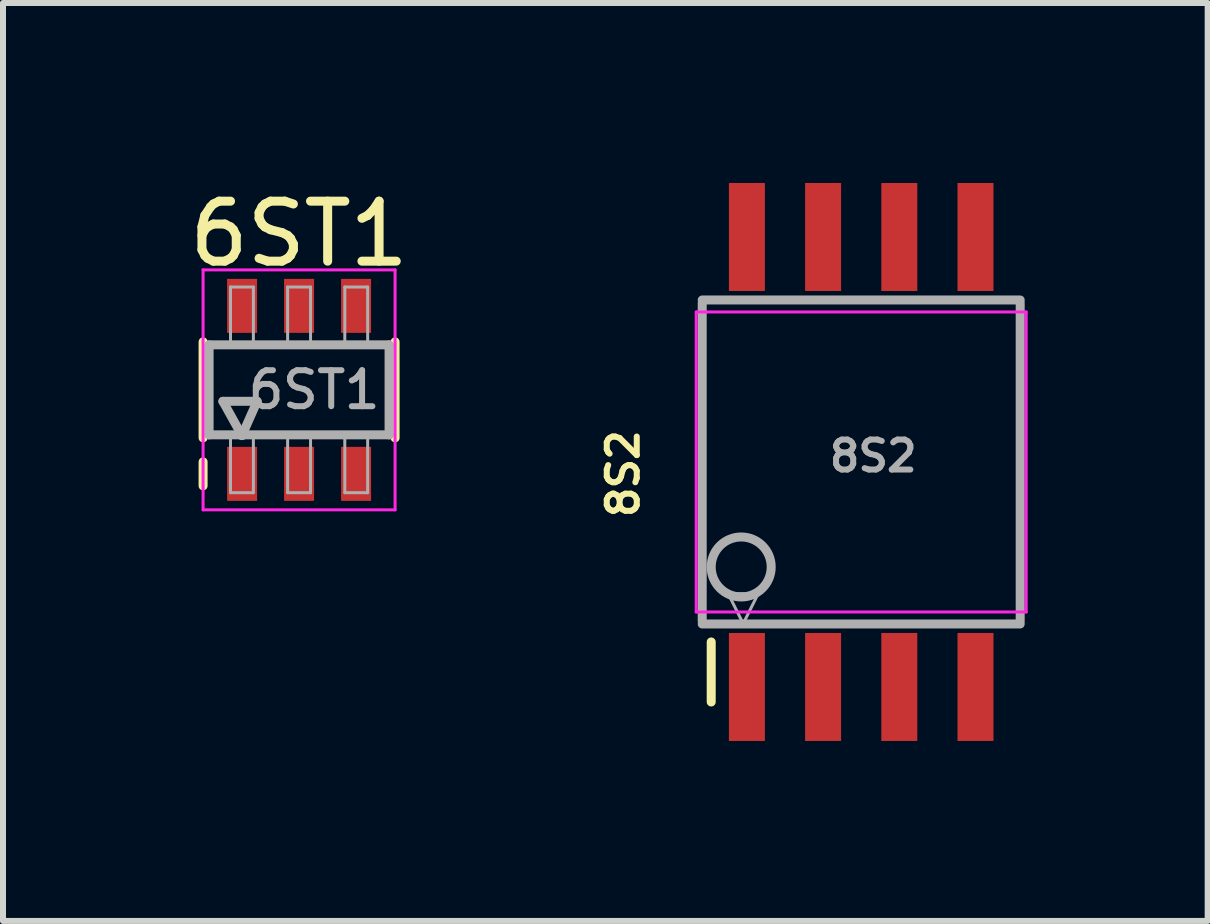
<source format=kicad_pcb>
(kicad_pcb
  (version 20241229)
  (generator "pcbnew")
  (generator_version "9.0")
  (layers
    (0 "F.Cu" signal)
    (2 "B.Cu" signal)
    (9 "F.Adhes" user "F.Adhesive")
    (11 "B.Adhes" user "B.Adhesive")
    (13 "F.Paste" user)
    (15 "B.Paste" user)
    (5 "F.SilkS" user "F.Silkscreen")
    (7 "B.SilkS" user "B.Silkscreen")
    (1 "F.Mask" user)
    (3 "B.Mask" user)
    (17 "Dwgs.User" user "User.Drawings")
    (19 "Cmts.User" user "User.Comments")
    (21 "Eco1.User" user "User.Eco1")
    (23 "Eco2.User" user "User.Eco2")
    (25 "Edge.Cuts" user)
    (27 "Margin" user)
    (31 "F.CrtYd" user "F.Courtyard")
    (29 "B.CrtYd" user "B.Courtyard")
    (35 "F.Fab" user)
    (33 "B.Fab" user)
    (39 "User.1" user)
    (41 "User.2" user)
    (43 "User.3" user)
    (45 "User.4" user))
  (footprint "8S2"
    (layer "F.Cu")
    (at 11.304 4.65)
    (property "Reference" "8S2" (at -3.967 0.195 90) (layer "F.SilkS") (effects (font (size 0.5 0.5) (thickness 0.1))))
    (attr smd)
    (fp_line (start -2.5 3) (end -2.5 4) (stroke (width 0.15) (type solid)) (layer "F.SilkS"))
    (fp_line (start -2.75 -2.5) (end 2.75 -2.5) (stroke (width 0.05) (type solid)) (layer "F.CrtYd"))
    (fp_line (start -2.75 2.5) (end -2.75 -2.5) (stroke (width 0.05) (type solid)) (layer "F.CrtYd"))
    (fp_line (start -2.75 2.5) (end 2.75 2.5) (stroke (width 0.05) (type solid)) (layer "F.CrtYd"))
    (fp_line (start 2.75 2.5) (end 2.75 -2.5) (stroke (width 0.05) (type solid)) (layer "F.CrtYd"))
    (fp_line (start -2.65 -2.65) (end -2.65 2.65) (stroke (width 0.15) (type solid)) (layer "F.Fab"))
    (fp_line (start -2.65 2.7) (end 2.65 2.7) (stroke (width 0.15) (type solid)) (layer "F.Fab"))
    (fp_line (start -2.217 2.195) (end -1.717 2.195) (stroke (width 0.05) (type solid)) (layer "F.Fab"))
    (fp_line (start -1.967 2.695) (end -2.217 2.195) (stroke (width 0.05) (type solid)) (layer "F.Fab"))
    (fp_line (start -1.717 2.195) (end -1.967 2.695) (stroke (width 0.05) (type solid)) (layer "F.Fab"))
    (fp_line (start 2.65 -2.7) (end -2.65 -2.7) (stroke (width 0.15) (type solid)) (layer "F.Fab"))
    (fp_line (start 2.65 2.65) (end 2.65 -2.65) (stroke (width 0.15) (type solid)) (layer "F.Fab"))
    (fp_circle (center -2 1.75) (end -1.5 1.75) (stroke (width 0.15) (type solid)) (fill no) (layer "F.Fab"))
    (fp_text user "${REFERENCE}" (at 0.2 -0.1 180) (layer "F.Fab") (effects (font (size 0.5 0.5) (thickness 0.1))))
    (pad "1" smd rect (at -1.905 3.75) (size 0.6 1.8) (layers "F.Cu" "F.Mask" "F.Paste"))
    (pad "2" smd rect (at -0.635 3.75) (size 0.6 1.8) (layers "F.Cu" "F.Mask" "F.Paste"))
    (pad "3" smd rect (at 0.635 3.75) (size 0.6 1.8) (layers "F.Cu" "F.Mask" "F.Paste"))
    (pad "4" smd rect (at 1.905 3.75) (size 0.6 1.8) (layers "F.Cu" "F.Mask" "F.Paste"))
    (pad "5" smd rect (at 1.905 -3.75) (size 0.6 1.8) (layers "F.Cu" "F.Mask" "F.Paste"))
    (pad "6" smd rect (at 0.635 -3.75) (size 0.6 1.8) (layers "F.Cu" "F.Mask" "F.Paste"))
    (pad "7" smd rect (at -0.635 -3.75) (size 0.6 1.8) (layers "F.Cu" "F.Mask" "F.Paste"))
    (pad "8" smd rect (at -1.905 -3.75) (size 0.6 1.8) (layers "F.Cu" "F.Mask" "F.Paste")))
  (footprint "6ST1"
    (layer "F.Cu")
    (at 1.935 3.448)
    (property "Reference" "6ST1" (at 0 -2.6 180) (layer "F.SilkS") (effects (font (size 1 1) (thickness 0.15))))
    (attr smd)
    (fp_line (start -1.6 -0.8) (end -1.6 0.8) (stroke (width 0.15) (type solid)) (layer "F.SilkS"))
    (fp_line (start -1.6 1.2) (end -1.6 1.6) (stroke (width 0.15) (type solid)) (layer "F.SilkS"))
    (fp_line (start 1.6 -0.8) (end 1.6 0.8) (stroke (width 0.15) (type solid)) (layer "F.SilkS"))
    (fp_line (start -1.6 -2) (end -1.6 2) (stroke (width 0.05) (type solid)) (layer "F.CrtYd"))
    (fp_line (start -1.6 -2) (end 1.6 -2) (stroke (width 0.05) (type solid)) (layer "F.CrtYd"))
    (fp_line (start -1.6 2) (end 1.6 2) (stroke (width 0.05) (type solid)) (layer "F.CrtYd"))
    (fp_line (start 1.6 -2) (end 1.6 2) (stroke (width 0.05) (type solid)) (layer "F.CrtYd"))
    (fp_line (start -1.5 -0.75) (end -1.5 0.75) (stroke (width 0.15) (type solid)) (layer "F.Fab"))
    (fp_line (start -1.5 0.75) (end 1.5 0.75) (stroke (width 0.15) (type solid)) (layer "F.Fab"))
    (fp_line (start -1.27 0.191) (end -0.699 0.191) (stroke (width 0.15) (type solid)) (layer "F.Fab"))
    (fp_line (start -1.143 -1.714) (end -0.762 -1.714) (stroke (width 0.05) (type solid)) (layer "F.Fab"))
    (fp_line (start -1.143 -0.762) (end -1.143 -1.714) (stroke (width 0.05) (type solid)) (layer "F.Fab"))
    (fp_line (start -1.143 0.762) (end -1.143 1.714) (stroke (width 0.05) (type solid)) (layer "F.Fab"))
    (fp_line (start -1.143 1.714) (end -0.762 1.714) (stroke (width 0.05) (type solid)) (layer "F.Fab"))
    (fp_line (start -0.953 0.762) (end -1.27 0.191) (stroke (width 0.15) (type solid)) (layer "F.Fab"))
    (fp_line (start -0.762 -1.714) (end -0.762 -0.762) (stroke (width 0.05) (type solid)) (layer "F.Fab"))
    (fp_line (start -0.762 1.714) (end -0.762 0.762) (stroke (width 0.05) (type solid)) (layer "F.Fab"))
    (fp_line (start -0.699 0.191) (end -0.953 0.762) (stroke (width 0.15) (type solid)) (layer "F.Fab"))
    (fp_line (start -0.191 -1.714) (end 0.191 -1.714) (stroke (width 0.05) (type solid)) (layer "F.Fab"))
    (fp_line (start -0.191 -0.762) (end -0.191 -1.714) (stroke (width 0.05) (type solid)) (layer "F.Fab"))
    (fp_line (start -0.191 0.762) (end -0.191 1.714) (stroke (width 0.05) (type solid)) (layer "F.Fab"))
    (fp_line (start -0.191 1.714) (end 0.191 1.714) (stroke (width 0.05) (type solid)) (layer "F.Fab"))
    (fp_line (start 0.191 -1.714) (end 0.191 -0.762) (stroke (width 0.05) (type solid)) (layer "F.Fab"))
    (fp_line (start 0.191 1.714) (end 0.191 0.762) (stroke (width 0.05) (type solid)) (layer "F.Fab"))
    (fp_line (start 0.762 -1.714) (end 1.143 -1.714) (stroke (width 0.05) (type solid)) (layer "F.Fab"))
    (fp_line (start 0.762 -0.762) (end 0.762 -1.714) (stroke (width 0.05) (type solid)) (layer "F.Fab"))
    (fp_line (start 0.762 0.762) (end 0.762 1.714) (stroke (width 0.05) (type solid)) (layer "F.Fab"))
    (fp_line (start 0.762 1.714) (end 1.143 1.714) (stroke (width 0.05) (type solid)) (layer "F.Fab"))
    (fp_line (start 1.143 -1.714) (end 1.143 -0.762) (stroke (width 0.05) (type solid)) (layer "F.Fab"))
    (fp_line (start 1.143 1.714) (end 1.143 0.762) (stroke (width 0.05) (type solid)) (layer "F.Fab"))
    (fp_line (start 1.5 -0.75) (end -1.5 -0.75) (stroke (width 0.15) (type solid)) (layer "F.Fab"))
    (fp_line (start 1.5 0.75) (end 1.5 -0.75) (stroke (width 0.15) (type solid)) (layer "F.Fab"))
    (fp_text user "${REFERENCE}" (at 0.25 0 0) (layer "F.Fab") (effects (font (size 0.6 0.6) (thickness 0.1))))
    (pad "1" smd rect (at -0.95 1.4) (size 0.5 0.9) (layers "F.Cu" "F.Mask" "F.Paste"))
    (pad "2" smd rect (at 0 1.4) (size 0.5 0.9) (layers "F.Cu" "F.Mask" "F.Paste"))
    (pad "3" smd rect (at 0.95 1.4) (size 0.5 0.9) (layers "F.Cu" "F.Mask" "F.Paste"))
    (pad "4" smd rect (at 0.95 -1.4) (size 0.5 0.9) (layers "F.Cu" "F.Mask" "F.Paste"))
    (pad "5" smd rect (at 0 -1.4) (size 0.5 0.9) (layers "F.Cu" "F.Mask" "F.Paste"))
    (pad "6" smd rect (at -0.95 -1.4) (size 0.5 0.9) (layers "F.Cu" "F.Mask" "F.Paste")))
  (gr_rect
    (start -3 -3)
    (end 17.079 12.3)
    (stroke (width 0.1) (type default))
    (fill no)
    (layer "Edge.Cuts")))
</source>
